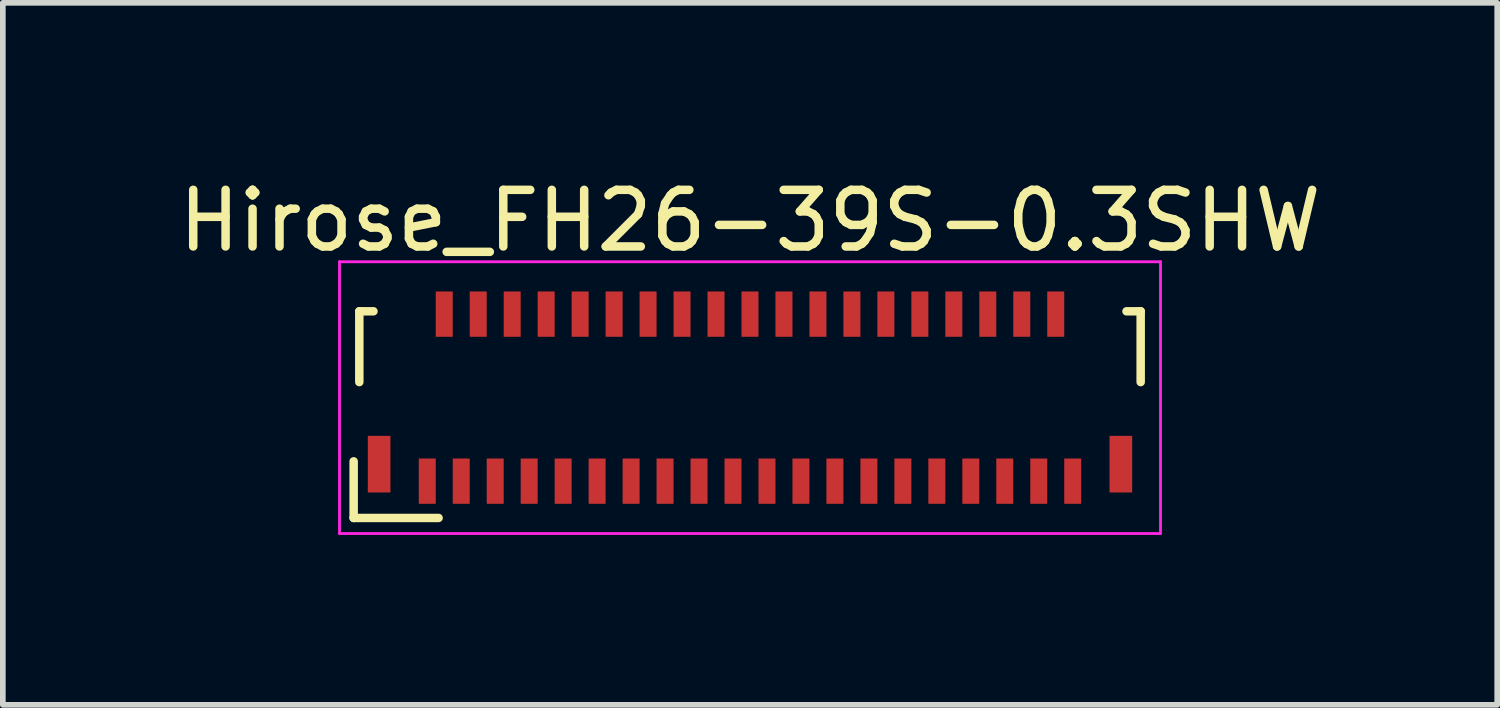
<source format=kicad_pcb>
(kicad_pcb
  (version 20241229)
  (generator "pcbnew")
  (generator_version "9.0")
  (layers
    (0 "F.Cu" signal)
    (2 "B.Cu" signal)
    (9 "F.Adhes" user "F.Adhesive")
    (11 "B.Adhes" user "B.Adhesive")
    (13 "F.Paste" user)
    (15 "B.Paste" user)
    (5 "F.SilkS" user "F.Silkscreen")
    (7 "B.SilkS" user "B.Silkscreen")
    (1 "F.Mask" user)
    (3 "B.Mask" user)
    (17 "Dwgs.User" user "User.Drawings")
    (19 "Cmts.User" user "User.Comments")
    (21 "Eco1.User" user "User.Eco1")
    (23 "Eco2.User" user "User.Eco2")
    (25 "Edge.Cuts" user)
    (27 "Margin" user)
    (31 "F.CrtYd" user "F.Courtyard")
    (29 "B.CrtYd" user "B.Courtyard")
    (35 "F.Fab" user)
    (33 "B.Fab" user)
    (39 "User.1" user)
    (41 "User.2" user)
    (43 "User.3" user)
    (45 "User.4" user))
  (footprint "Hirose_FH26-39S-0.3SHW"
    (layer "F.Cu")
    (at 10.196 3.973)
    (property "Reference" "Hirose_FH26-39S-0.3SHW" (at 0 -3.125 0) (layer "F.SilkS") (effects (font (size 1 1) (thickness 0.15))))
    (attr smd)
    (fp_line (start -7 1.125) (end -7 2.125) (stroke (width 0.15) (type solid)) (layer "F.SilkS"))
    (fp_line (start -7 2.125) (end -5.5 2.125) (stroke (width 0.15) (type solid)) (layer "F.SilkS"))
    (fp_line (start -6.9 -1.525) (end -6.9 -0.275) (stroke (width 0.15) (type solid)) (layer "F.SilkS"))
    (fp_line (start -6.65 -1.525) (end -6.9 -1.525) (stroke (width 0.15) (type solid)) (layer "F.SilkS"))
    (fp_line (start 6.65 -1.525) (end 6.9 -1.525) (stroke (width 0.15) (type solid)) (layer "F.SilkS"))
    (fp_line (start 6.9 -1.525) (end 6.9 -0.275) (stroke (width 0.15) (type solid)) (layer "F.SilkS"))
    (fp_line (start -7.25 -2.4) (end -7.25 2.4) (stroke (width 0.05) (type solid)) (layer "F.CrtYd"))
    (fp_line (start -7.25 2.4) (end 7.25 2.4) (stroke (width 0.05) (type solid)) (layer "F.CrtYd"))
    (fp_line (start 7.25 -2.4) (end -7.25 -2.4) (stroke (width 0.05) (type solid)) (layer "F.CrtYd"))
    (fp_line (start 7.25 2.4) (end 7.25 -2.4) (stroke (width 0.05) (type solid)) (layer "F.CrtYd"))
    (pad "" smd rect (at -6.55 1.175) (size 0.4 1) (layers "F.Cu" "F.Mask" "F.Paste"))
    (pad "" smd rect (at 6.55 1.175) (size 0.4 1) (layers "F.Cu" "F.Mask" "F.Paste"))
    (pad "1" smd rect (at -5.7 1.475) (size 0.3 0.8) (layers "F.Cu" "F.Mask" "F.Paste"))
    (pad "2" smd rect (at -5.4 -1.475) (size 0.3 0.8) (layers "F.Cu" "F.Mask" "F.Paste"))
    (pad "3" smd rect (at -5.1 1.475) (size 0.3 0.8) (layers "F.Cu" "F.Mask" "F.Paste"))
    (pad "4" smd rect (at -4.8 -1.475) (size 0.3 0.8) (layers "F.Cu" "F.Mask" "F.Paste"))
    (pad "5" smd rect (at -4.5 1.475) (size 0.3 0.8) (layers "F.Cu" "F.Mask" "F.Paste"))
    (pad "6" smd rect (at -4.2 -1.475) (size 0.3 0.8) (layers "F.Cu" "F.Mask" "F.Paste"))
    (pad "7" smd rect (at -3.9 1.475) (size 0.3 0.8) (layers "F.Cu" "F.Mask" "F.Paste"))
    (pad "8" smd rect (at -3.6 -1.475) (size 0.3 0.8) (layers "F.Cu" "F.Mask" "F.Paste"))
    (pad "9" smd rect (at -3.3 1.475) (size 0.3 0.8) (layers "F.Cu" "F.Mask" "F.Paste"))
    (pad "10" smd rect (at -3 -1.475) (size 0.3 0.8) (layers "F.Cu" "F.Mask" "F.Paste"))
    (pad "11" smd rect (at -2.7 1.475) (size 0.3 0.8) (layers "F.Cu" "F.Mask" "F.Paste"))
    (pad "12" smd rect (at -2.4 -1.475) (size 0.3 0.8) (layers "F.Cu" "F.Mask" "F.Paste"))
    (pad "13" smd rect (at -2.1 1.475) (size 0.3 0.8) (layers "F.Cu" "F.Mask" "F.Paste"))
    (pad "14" smd rect (at -1.8 -1.475) (size 0.3 0.8) (layers "F.Cu" "F.Mask" "F.Paste"))
    (pad "15" smd rect (at -1.5 1.475) (size 0.3 0.8) (layers "F.Cu" "F.Mask" "F.Paste"))
    (pad "16" smd rect (at -1.2 -1.475) (size 0.3 0.8) (layers "F.Cu" "F.Mask" "F.Paste"))
    (pad "17" smd rect (at -0.9 1.475) (size 0.3 0.8) (layers "F.Cu" "F.Mask" "F.Paste"))
    (pad "18" smd rect (at -0.6 -1.475) (size 0.3 0.8) (layers "F.Cu" "F.Mask" "F.Paste"))
    (pad "19" smd rect (at -0.3 1.475) (size 0.3 0.8) (layers "F.Cu" "F.Mask" "F.Paste"))
    (pad "20" smd rect (at 0 -1.475) (size 0.3 0.8) (layers "F.Cu" "F.Mask" "F.Paste"))
    (pad "21" smd rect (at 0.3 1.475) (size 0.3 0.8) (layers "F.Cu" "F.Mask" "F.Paste"))
    (pad "22" smd rect (at 0.6 -1.475) (size 0.3 0.8) (layers "F.Cu" "F.Mask" "F.Paste"))
    (pad "23" smd rect (at 0.9 1.475) (size 0.3 0.8) (layers "F.Cu" "F.Mask" "F.Paste"))
    (pad "24" smd rect (at 1.2 -1.475) (size 0.3 0.8) (layers "F.Cu" "F.Mask" "F.Paste"))
    (pad "25" smd rect (at 1.5 1.475) (size 0.3 0.8) (layers "F.Cu" "F.Mask" "F.Paste"))
    (pad "26" smd rect (at 1.8 -1.475) (size 0.3 0.8) (layers "F.Cu" "F.Mask" "F.Paste"))
    (pad "27" smd rect (at 2.1 1.475) (size 0.3 0.8) (layers "F.Cu" "F.Mask" "F.Paste"))
    (pad "28" smd rect (at 2.4 -1.475) (size 0.3 0.8) (layers "F.Cu" "F.Mask" "F.Paste"))
    (pad "29" smd rect (at 2.7 1.475) (size 0.3 0.8) (layers "F.Cu" "F.Mask" "F.Paste"))
    (pad "30" smd rect (at 3 -1.475) (size 0.3 0.8) (layers "F.Cu" "F.Mask" "F.Paste"))
    (pad "31" smd rect (at 3.3 1.475) (size 0.3 0.8) (layers "F.Cu" "F.Mask" "F.Paste"))
    (pad "32" smd rect (at 3.6 -1.475) (size 0.3 0.8) (layers "F.Cu" "F.Mask" "F.Paste"))
    (pad "33" smd rect (at 3.9 1.475) (size 0.3 0.8) (layers "F.Cu" "F.Mask" "F.Paste"))
    (pad "34" smd rect (at 4.2 -1.475) (size 0.3 0.8) (layers "F.Cu" "F.Mask" "F.Paste"))
    (pad "35" smd rect (at 4.5 1.475) (size 0.3 0.8) (layers "F.Cu" "F.Mask" "F.Paste"))
    (pad "36" smd rect (at 4.8 -1.475) (size 0.3 0.8) (layers "F.Cu" "F.Mask" "F.Paste"))
    (pad "37" smd rect (at 5.1 1.475) (size 0.3 0.8) (layers "F.Cu" "F.Mask" "F.Paste"))
    (pad "38" smd rect (at 5.4 -1.475) (size 0.3 0.8) (layers "F.Cu" "F.Mask" "F.Paste"))
    (pad "39" smd rect (at 5.7 1.475) (size 0.3 0.8) (layers "F.Cu" "F.Mask" "F.Paste")))
  (gr_rect
    (start -3 -3)
    (end 23.393 9.398)
    (stroke (width 0.1) (type default))
    (fill no)
    (layer "Edge.Cuts")))
</source>
